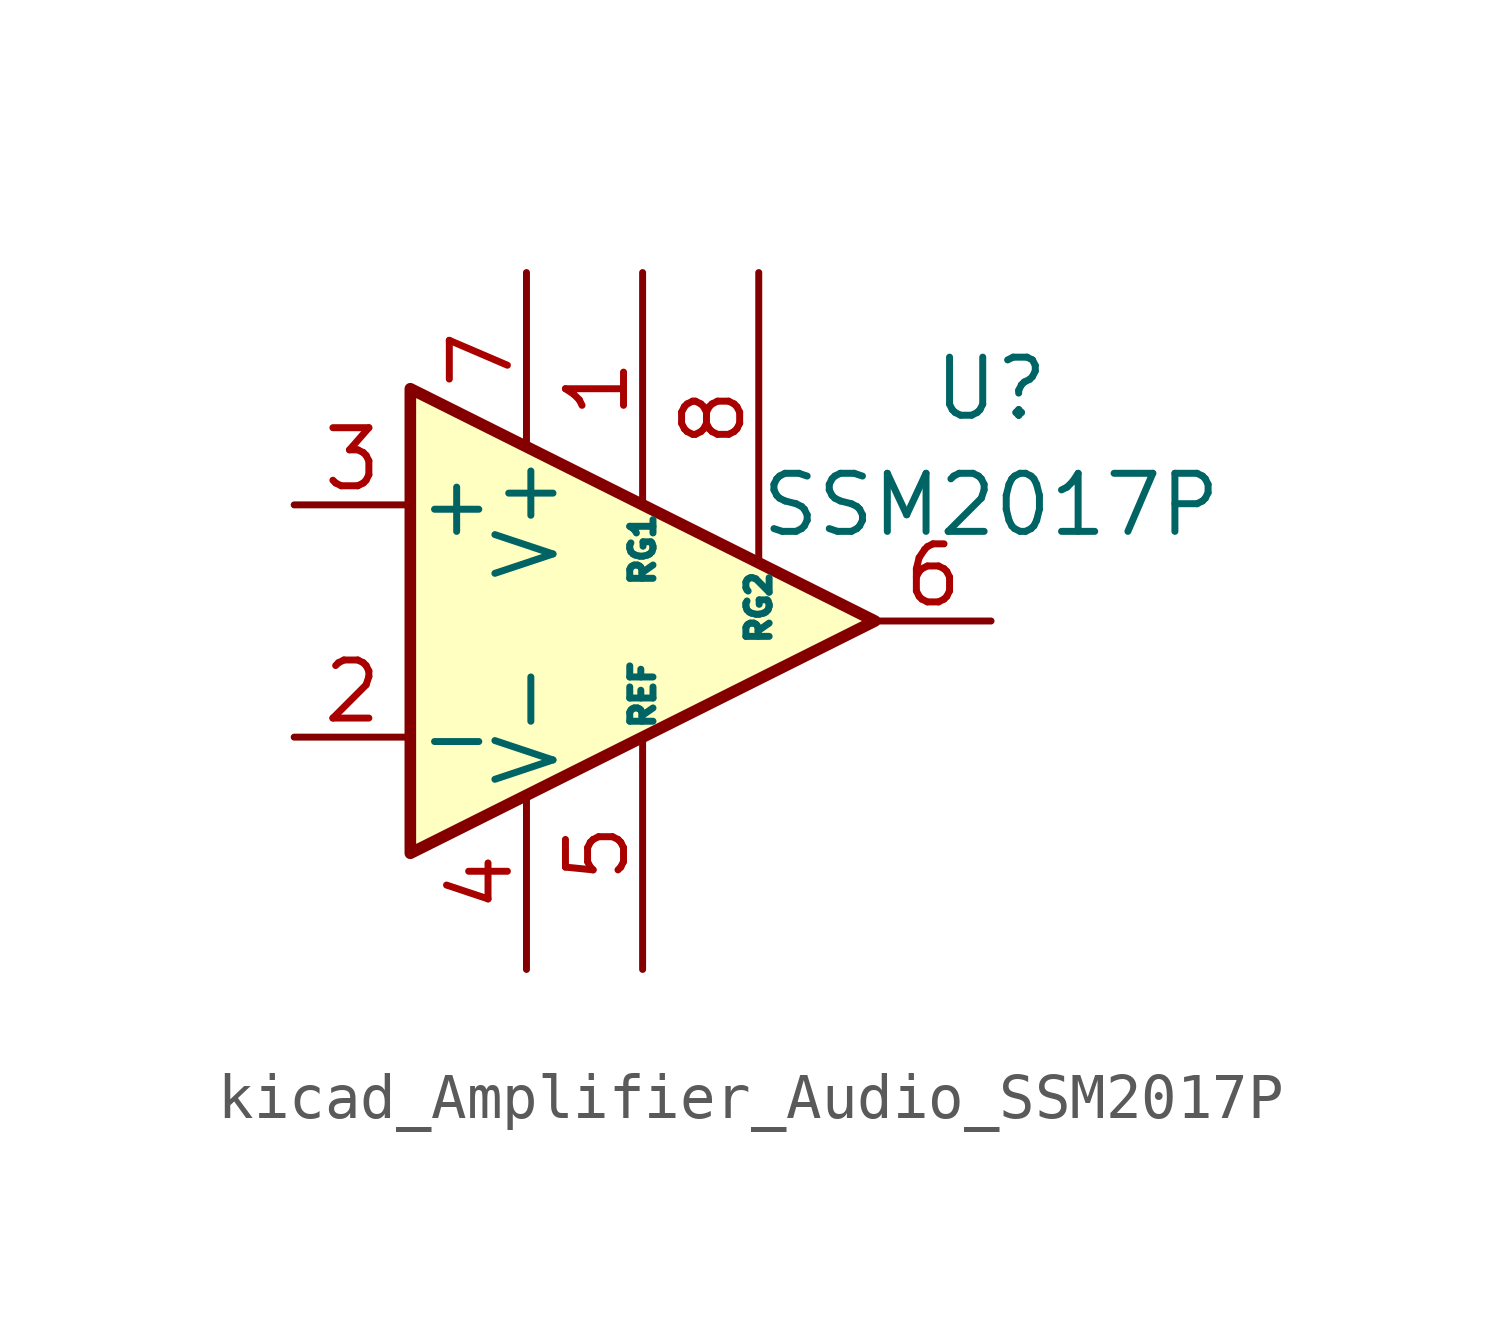
<source format=kicad_sym>
(kicad_symbol_lib
  (version 20220914)
  (generator kicad_symbol_editor)
  (symbol "kicad_Amplifier_Audio_SSM2017P"
    (pin_names
      (offset 0.127))
    (property "Reference" "U"
      (at 7.62 5.08 0)
      (effects (font (size 1.27 1.27))))
    (property "Value" "SSM2017P"
      (at 7.62 2.54 0)
      (effects (font (size 1.27 1.27))))
    (symbol "kicad_Amplifier_Audio_SSM2017P_0_1"
      (polyline (pts (xy -5.08 5.08) (xy 5.08 0) (xy -5.08 -5.08) (xy -5.08 5.08)) (stroke (width 0.254) (type default)) (fill (type background))))
    (symbol "kicad_Amplifier_Audio_SSM2017P_1_1"
      (pin input line (at 0 7.62 270) (length 5.08) (name "RG1" (effects (font (size 0.508 0.508)))) (number "1" (effects (font (size 1.27 1.27)))))
      (pin input line (at -7.62 -2.54 0) (length 2.54) (name "-" (effects (font (size 1.27 1.27)))) (number "2" (effects (font (size 1.27 1.27)))))
      (pin input line (at -7.62 2.54 0) (length 2.54) (name "+" (effects (font (size 1.27 1.27)))) (number "3" (effects (font (size 1.27 1.27)))))
      (pin power_in line (at -2.54 -7.62 90) (length 3.81) (name "V-" (effects (font (size 1.27 1.27)))) (number "4" (effects (font (size 1.27 1.27)))))
      (pin input line (at 0 -7.62 90) (length 5.08) (name "REF" (effects (font (size 0.508 0.508)))) (number "5" (effects (font (size 1.27 1.27)))))
      (pin output line (at 7.62 0 180) (length 2.54) (name "~" (effects (font (size 1.27 1.27)))) (number "6" (effects (font (size 1.27 1.27)))))
      (pin power_in line (at -2.54 7.62 270) (length 3.81) (name "V+" (effects (font (size 1.27 1.27)))) (number "7" (effects (font (size 1.27 1.27)))))
      (pin input line (at 2.54 7.62 270) (length 6.35) (name "RG2" (effects (font (size 0.508 0.508)))) (number "8" (effects (font (size 1.27 1.27))))))))
</source>
